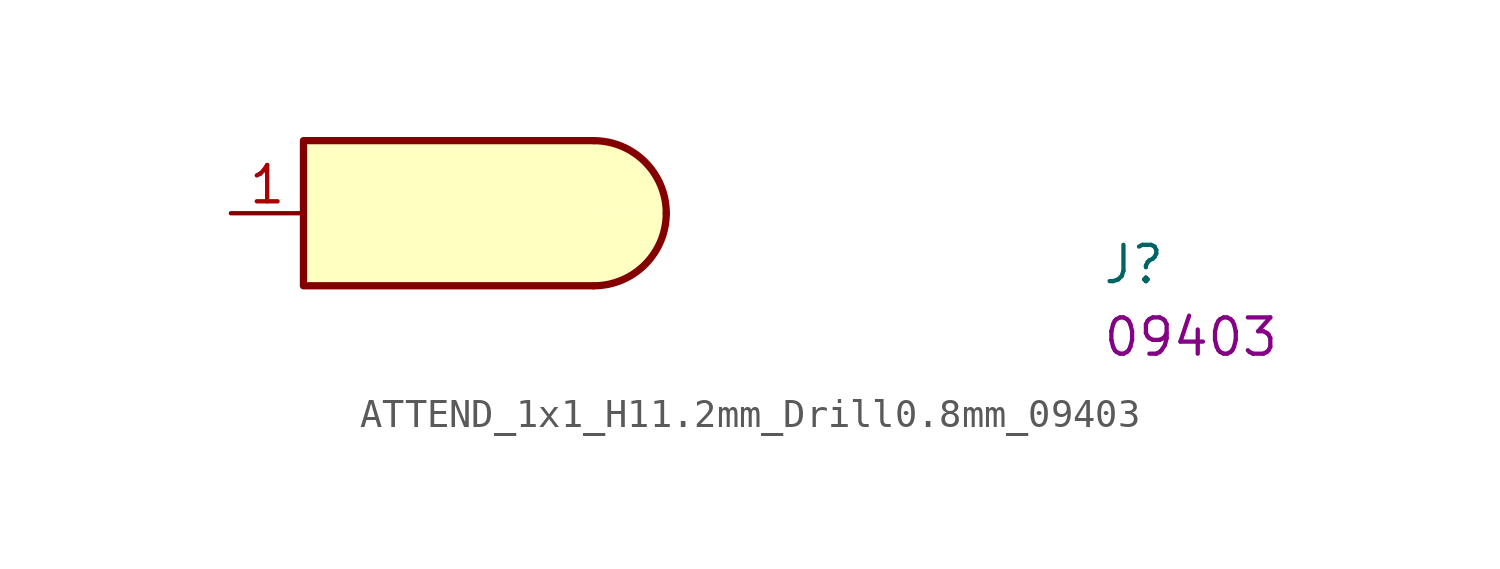
<source format=kicad_sym>
(kicad_symbol_lib
  (version 20220914)
  (generator kicad_symbol_editor)
  (symbol "ATTEND_1x1_H11.2mm_Drill0.8mm_09403"
    (property "Reference" "J"
      (at 30.48 -2.54 0)
      (effects (font (size 1.27 1.27) (thickness 0.15)) (justify left bottom)))
    (property "MPN" "09403"
      (at 30.48 -5.08 0)
      (effects (font (size 1.27 1.27) (thickness 0.15)) (justify left bottom)))
    (symbol "ATTEND_1x1_H11.2mm_Drill0.8mm_09403_1_1"
      (polyline (pts (xy 12.7 -2.54) (xy 2.54 -2.54) (xy 2.54 2.54) (xy 12.7 2.54)) (stroke (width 0.254) (type default)) (fill (type background)))
      (arc (start 12.7 -2.54) (mid 14.4961 -1.7961) (end 15.24 0) (stroke (width 0.254) (type default)) (fill (type background)))
      (arc (start 15.24 0) (mid 14.4961 1.7961) (end 12.7 2.54) (stroke (width 0.254) (type default)) (fill (type background)))
      (pin passive line (at 0 0 0) (length 2.54) (name "~" (effects (font (size 1.27 1.27)))) (number "1" (effects (font (size 1.27 1.27))))))))
</source>
